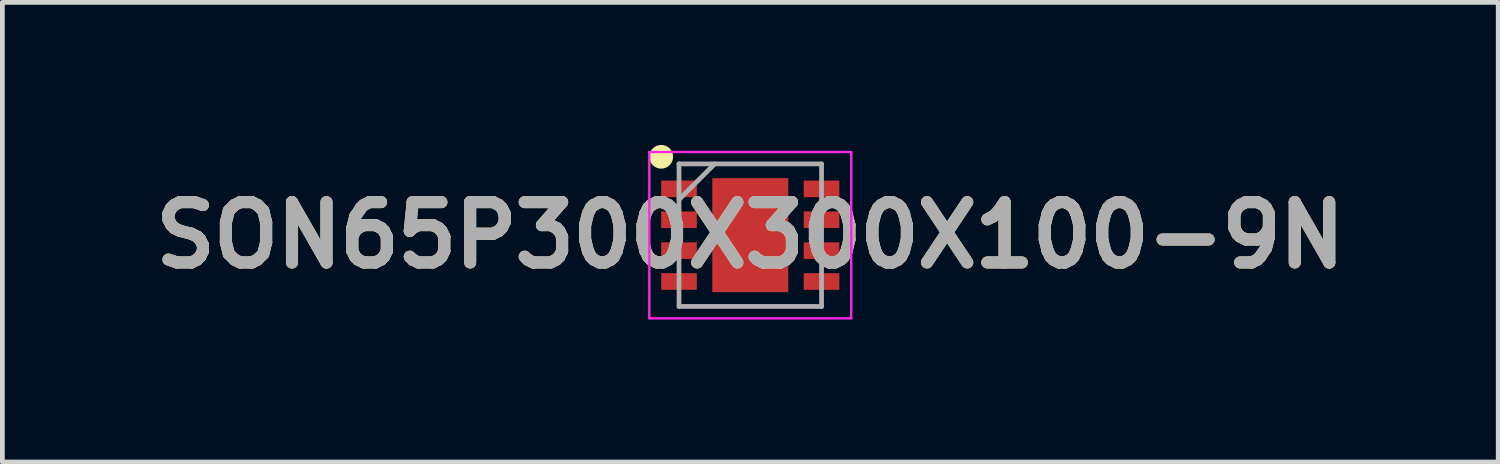
<source format=kicad_pcb>
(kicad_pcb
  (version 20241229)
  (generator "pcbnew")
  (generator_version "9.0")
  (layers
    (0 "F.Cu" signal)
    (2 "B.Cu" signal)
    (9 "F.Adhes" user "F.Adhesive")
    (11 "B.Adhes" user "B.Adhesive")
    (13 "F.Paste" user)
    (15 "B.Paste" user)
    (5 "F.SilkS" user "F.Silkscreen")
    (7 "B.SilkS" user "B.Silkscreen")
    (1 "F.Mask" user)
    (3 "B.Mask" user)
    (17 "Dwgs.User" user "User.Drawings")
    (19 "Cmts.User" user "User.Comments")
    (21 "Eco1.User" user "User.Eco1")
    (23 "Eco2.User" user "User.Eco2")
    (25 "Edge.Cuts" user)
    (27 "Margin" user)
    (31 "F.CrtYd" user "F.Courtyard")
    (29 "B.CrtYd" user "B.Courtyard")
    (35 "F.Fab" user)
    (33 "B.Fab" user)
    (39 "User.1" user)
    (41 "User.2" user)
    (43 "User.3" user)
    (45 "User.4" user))
  (footprint "SON65P300X300X100-9N"
    (layer "F.Cu")
    (at 12.742 1.9)
    (property "Reference" "SON65P300X300X100-9N" (at 0 0 0) (layer "F.SilkS") (effects (font (size 1.27 1.27) (thickness 0.254))))
    (attr smd)
    (fp_circle (center -1.875 -1.65) (end -1.875 -1.525) (stroke (width 0.25) (type solid)) (fill no) (layer "F.SilkS"))
    (fp_line (start -2.125 -1.75) (end 2.125 -1.75) (stroke (width 0.05) (type solid)) (layer "F.CrtYd"))
    (fp_line (start -2.125 1.75) (end -2.125 -1.75) (stroke (width 0.05) (type solid)) (layer "F.CrtYd"))
    (fp_line (start 2.125 -1.75) (end 2.125 1.75) (stroke (width 0.05) (type solid)) (layer "F.CrtYd"))
    (fp_line (start 2.125 1.75) (end -2.125 1.75) (stroke (width 0.05) (type solid)) (layer "F.CrtYd"))
    (fp_line (start -1.5 -1.5) (end 1.5 -1.5) (stroke (width 0.1) (type solid)) (layer "F.Fab"))
    (fp_line (start -1.5 -0.75) (end -0.75 -1.5) (stroke (width 0.1) (type solid)) (layer "F.Fab"))
    (fp_line (start -1.5 1.5) (end -1.5 -1.5) (stroke (width 0.1) (type solid)) (layer "F.Fab"))
    (fp_line (start 1.5 -1.5) (end 1.5 1.5) (stroke (width 0.1) (type solid)) (layer "F.Fab"))
    (fp_line (start 1.5 1.5) (end -1.5 1.5) (stroke (width 0.1) (type solid)) (layer "F.Fab"))
    (fp_text user "${REFERENCE}" (at 0 0 0) (layer "F.Fab") (effects (font (size 1.27 1.27) (thickness 0.254))))
    (pad "1" smd rect (at -1.5 -0.975 90) (size 0.35 0.75) (layers "F.Cu" "F.Mask" "F.Paste"))
    (pad "2" smd rect (at -1.5 -0.325 90) (size 0.35 0.75) (layers "F.Cu" "F.Mask" "F.Paste"))
    (pad "3" smd rect (at -1.5 0.325 90) (size 0.35 0.75) (layers "F.Cu" "F.Mask" "F.Paste"))
    (pad "4" smd rect (at -1.5 0.975 90) (size 0.35 0.75) (layers "F.Cu" "F.Mask" "F.Paste"))
    (pad "5" smd rect (at 1.5 0.975 90) (size 0.35 0.75) (layers "F.Cu" "F.Mask" "F.Paste"))
    (pad "6" smd rect (at 1.5 0.325 90) (size 0.35 0.75) (layers "F.Cu" "F.Mask" "F.Paste"))
    (pad "7" smd rect (at 1.5 -0.325 90) (size 0.35 0.75) (layers "F.Cu" "F.Mask" "F.Paste"))
    (pad "8" smd rect (at 1.5 -0.975 90) (size 0.35 0.75) (layers "F.Cu" "F.Mask" "F.Paste"))
    (pad "9" smd rect (at 0 0) (size 1.6 2.4) (layers "F.Cu" "F.Mask" "F.Paste")))
  (gr_rect
    (start -3 -3)
    (end 28.485 6.675)
    (stroke (width 0.1) (type default))
    (fill no)
    (layer "Edge.Cuts")))
</source>
